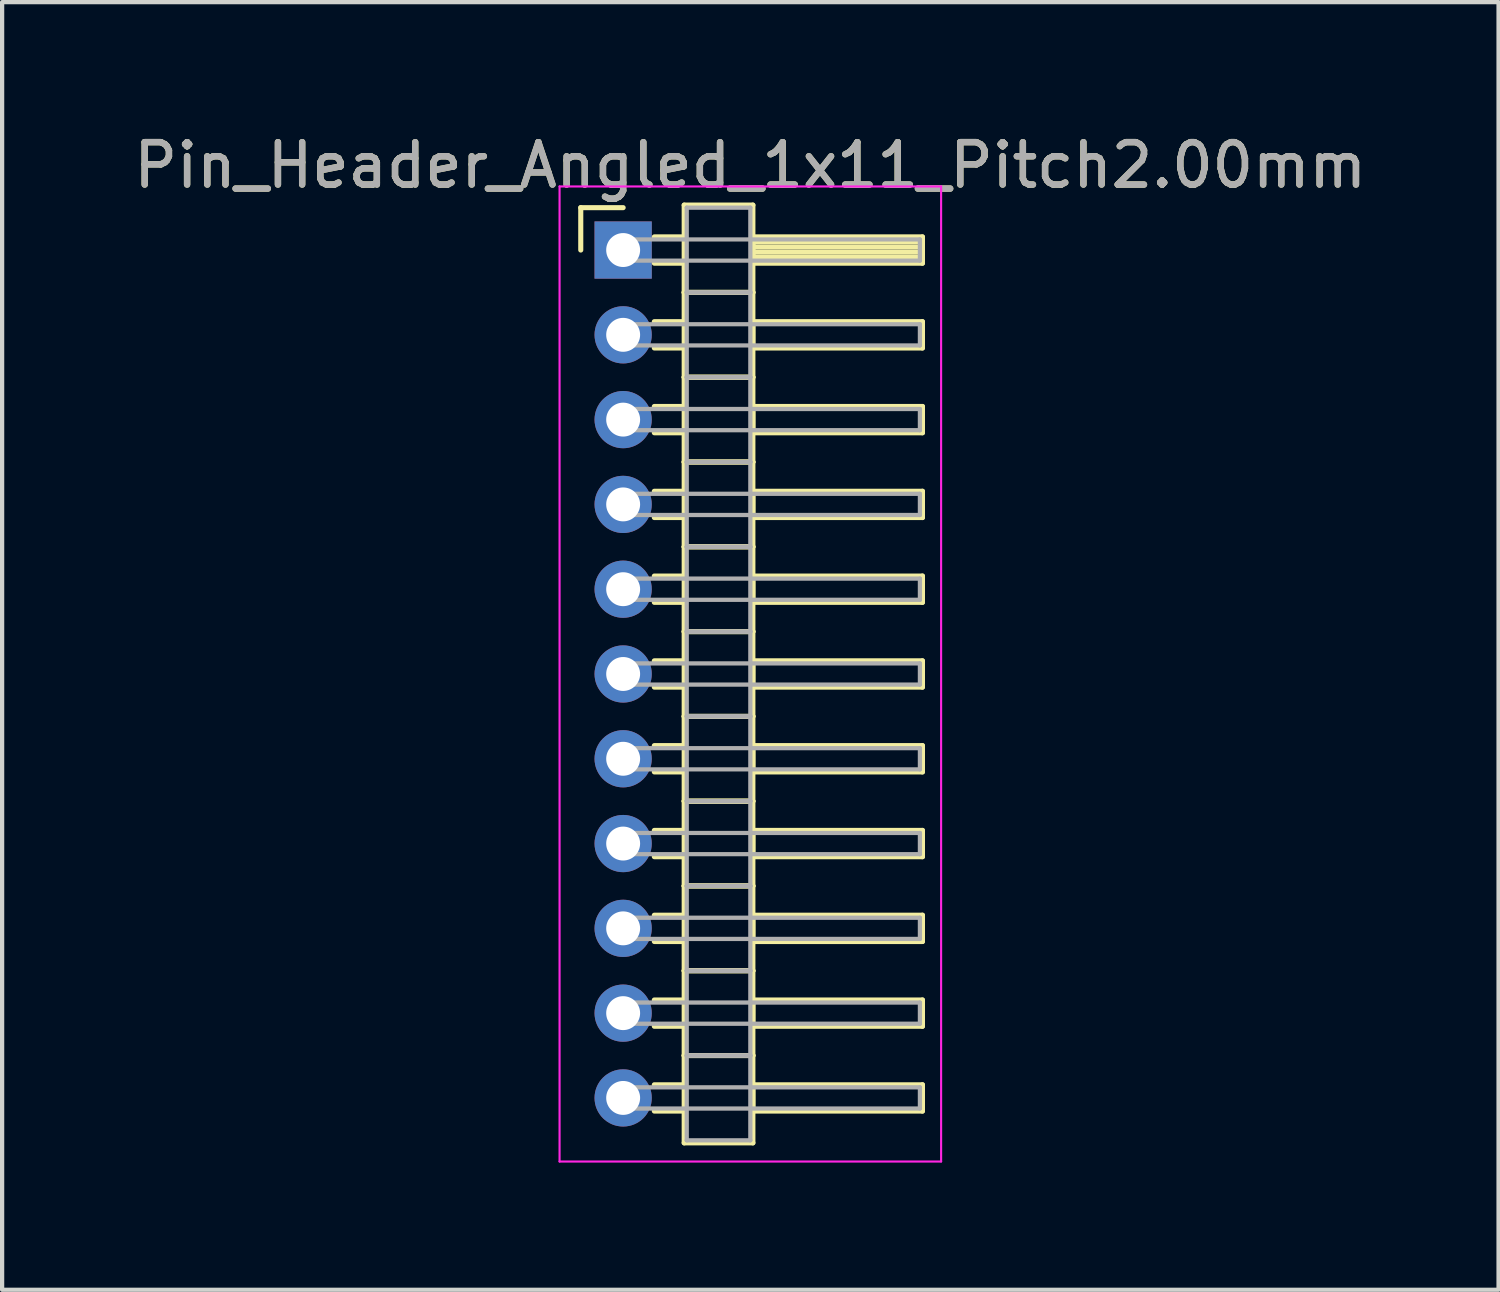
<source format=kicad_pcb>
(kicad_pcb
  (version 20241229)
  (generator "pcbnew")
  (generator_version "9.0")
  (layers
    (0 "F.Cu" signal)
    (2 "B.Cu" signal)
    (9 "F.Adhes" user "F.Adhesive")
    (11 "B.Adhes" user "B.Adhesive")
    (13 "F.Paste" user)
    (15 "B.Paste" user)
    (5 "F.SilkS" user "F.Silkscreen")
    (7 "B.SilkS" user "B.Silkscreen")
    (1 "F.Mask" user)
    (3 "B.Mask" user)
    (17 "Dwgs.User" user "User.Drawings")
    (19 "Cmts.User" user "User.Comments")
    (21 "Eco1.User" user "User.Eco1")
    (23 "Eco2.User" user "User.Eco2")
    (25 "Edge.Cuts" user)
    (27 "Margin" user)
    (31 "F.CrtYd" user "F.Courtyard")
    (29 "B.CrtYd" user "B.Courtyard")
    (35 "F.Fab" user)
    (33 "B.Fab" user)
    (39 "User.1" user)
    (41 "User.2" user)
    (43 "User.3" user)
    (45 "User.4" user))
  (footprint "Pin_Header_Angled_1x11_Pitch2.00mm"
    (layer "F.Cu")
    (at 11.649 2.848)
    (property "Reference" "Pin_Header_Angled_1x11_Pitch2.00mm" (at 3 -2 0) (layer "F.SilkS") (effects (font (size 1 1) (thickness 0.15))))
    (attr through_hole)
    (fp_line (start -1 -1) (end 0 -1) (stroke (width 0.12) (type solid)) (layer "F.SilkS"))
    (fp_line (start -1 0) (end -1 -1) (stroke (width 0.12) (type solid)) (layer "F.SilkS"))
    (fp_line (start 0.735 -0.31) (end 1.44 -0.31) (stroke (width 0.12) (type solid)) (layer "F.SilkS"))
    (fp_line (start 0.735 0.31) (end 1.44 0.31) (stroke (width 0.12) (type solid)) (layer "F.SilkS"))
    (fp_line (start 0.735 1.69) (end 1.44 1.69) (stroke (width 0.12) (type solid)) (layer "F.SilkS"))
    (fp_line (start 0.735 2.31) (end 1.44 2.31) (stroke (width 0.12) (type solid)) (layer "F.SilkS"))
    (fp_line (start 0.735 3.69) (end 1.44 3.69) (stroke (width 0.12) (type solid)) (layer "F.SilkS"))
    (fp_line (start 0.735 4.31) (end 1.44 4.31) (stroke (width 0.12) (type solid)) (layer "F.SilkS"))
    (fp_line (start 0.735 5.69) (end 1.44 5.69) (stroke (width 0.12) (type solid)) (layer "F.SilkS"))
    (fp_line (start 0.735 6.31) (end 1.44 6.31) (stroke (width 0.12) (type solid)) (layer "F.SilkS"))
    (fp_line (start 0.735 7.69) (end 1.44 7.69) (stroke (width 0.12) (type solid)) (layer "F.SilkS"))
    (fp_line (start 0.735 8.31) (end 1.44 8.31) (stroke (width 0.12) (type solid)) (layer "F.SilkS"))
    (fp_line (start 0.735 9.69) (end 1.44 9.69) (stroke (width 0.12) (type solid)) (layer "F.SilkS"))
    (fp_line (start 0.735 10.31) (end 1.44 10.31) (stroke (width 0.12) (type solid)) (layer "F.SilkS"))
    (fp_line (start 0.735 11.69) (end 1.44 11.69) (stroke (width 0.12) (type solid)) (layer "F.SilkS"))
    (fp_line (start 0.735 12.31) (end 1.44 12.31) (stroke (width 0.12) (type solid)) (layer "F.SilkS"))
    (fp_line (start 0.735 13.69) (end 1.44 13.69) (stroke (width 0.12) (type solid)) (layer "F.SilkS"))
    (fp_line (start 0.735 14.31) (end 1.44 14.31) (stroke (width 0.12) (type solid)) (layer "F.SilkS"))
    (fp_line (start 0.735 15.69) (end 1.44 15.69) (stroke (width 0.12) (type solid)) (layer "F.SilkS"))
    (fp_line (start 0.735 16.31) (end 1.44 16.31) (stroke (width 0.12) (type solid)) (layer "F.SilkS"))
    (fp_line (start 0.735 17.69) (end 1.44 17.69) (stroke (width 0.12) (type solid)) (layer "F.SilkS"))
    (fp_line (start 0.735 18.31) (end 1.44 18.31) (stroke (width 0.12) (type solid)) (layer "F.SilkS"))
    (fp_line (start 0.735 19.69) (end 1.44 19.69) (stroke (width 0.12) (type solid)) (layer "F.SilkS"))
    (fp_line (start 0.735 20.31) (end 1.44 20.31) (stroke (width 0.12) (type solid)) (layer "F.SilkS"))
    (fp_line (start 1.44 -1.06) (end 1.44 1) (stroke (width 0.12) (type solid)) (layer "F.SilkS"))
    (fp_line (start 1.44 1) (end 1.44 3) (stroke (width 0.12) (type solid)) (layer "F.SilkS"))
    (fp_line (start 1.44 1) (end 3.06 1) (stroke (width 0.12) (type solid)) (layer "F.SilkS"))
    (fp_line (start 1.44 3) (end 1.44 5) (stroke (width 0.12) (type solid)) (layer "F.SilkS"))
    (fp_line (start 1.44 3) (end 3.06 3) (stroke (width 0.12) (type solid)) (layer "F.SilkS"))
    (fp_line (start 1.44 5) (end 1.44 7) (stroke (width 0.12) (type solid)) (layer "F.SilkS"))
    (fp_line (start 1.44 5) (end 3.06 5) (stroke (width 0.12) (type solid)) (layer "F.SilkS"))
    (fp_line (start 1.44 7) (end 1.44 9) (stroke (width 0.12) (type solid)) (layer "F.SilkS"))
    (fp_line (start 1.44 7) (end 3.06 7) (stroke (width 0.12) (type solid)) (layer "F.SilkS"))
    (fp_line (start 1.44 9) (end 1.44 11) (stroke (width 0.12) (type solid)) (layer "F.SilkS"))
    (fp_line (start 1.44 9) (end 3.06 9) (stroke (width 0.12) (type solid)) (layer "F.SilkS"))
    (fp_line (start 1.44 11) (end 1.44 13) (stroke (width 0.12) (type solid)) (layer "F.SilkS"))
    (fp_line (start 1.44 11) (end 3.06 11) (stroke (width 0.12) (type solid)) (layer "F.SilkS"))
    (fp_line (start 1.44 13) (end 1.44 15) (stroke (width 0.12) (type solid)) (layer "F.SilkS"))
    (fp_line (start 1.44 13) (end 3.06 13) (stroke (width 0.12) (type solid)) (layer "F.SilkS"))
    (fp_line (start 1.44 15) (end 1.44 17) (stroke (width 0.12) (type solid)) (layer "F.SilkS"))
    (fp_line (start 1.44 15) (end 3.06 15) (stroke (width 0.12) (type solid)) (layer "F.SilkS"))
    (fp_line (start 1.44 17) (end 1.44 19) (stroke (width 0.12) (type solid)) (layer "F.SilkS"))
    (fp_line (start 1.44 17) (end 3.06 17) (stroke (width 0.12) (type solid)) (layer "F.SilkS"))
    (fp_line (start 1.44 19) (end 1.44 21.06) (stroke (width 0.12) (type solid)) (layer "F.SilkS"))
    (fp_line (start 1.44 19) (end 3.06 19) (stroke (width 0.12) (type solid)) (layer "F.SilkS"))
    (fp_line (start 1.44 21.06) (end 3.06 21.06) (stroke (width 0.12) (type solid)) (layer "F.SilkS"))
    (fp_line (start 3.06 -1.06) (end 1.44 -1.06) (stroke (width 0.12) (type solid)) (layer "F.SilkS"))
    (fp_line (start 3.06 -0.31) (end 3.06 0.31) (stroke (width 0.12) (type solid)) (layer "F.SilkS"))
    (fp_line (start 3.06 -0.19) (end 7.06 -0.19) (stroke (width 0.12) (type solid)) (layer "F.SilkS"))
    (fp_line (start 3.06 -0.07) (end 7.06 -0.07) (stroke (width 0.12) (type solid)) (layer "F.SilkS"))
    (fp_line (start 3.06 0.05) (end 7.06 0.05) (stroke (width 0.12) (type solid)) (layer "F.SilkS"))
    (fp_line (start 3.06 0.17) (end 7.06 0.17) (stroke (width 0.12) (type solid)) (layer "F.SilkS"))
    (fp_line (start 3.06 0.29) (end 7.06 0.29) (stroke (width 0.12) (type solid)) (layer "F.SilkS"))
    (fp_line (start 3.06 0.31) (end 7.06 0.31) (stroke (width 0.12) (type solid)) (layer "F.SilkS"))
    (fp_line (start 3.06 1) (end 1.44 1) (stroke (width 0.12) (type solid)) (layer "F.SilkS"))
    (fp_line (start 3.06 1) (end 3.06 -1.06) (stroke (width 0.12) (type solid)) (layer "F.SilkS"))
    (fp_line (start 3.06 1.69) (end 3.06 2.31) (stroke (width 0.12) (type solid)) (layer "F.SilkS"))
    (fp_line (start 3.06 2.31) (end 7.06 2.31) (stroke (width 0.12) (type solid)) (layer "F.SilkS"))
    (fp_line (start 3.06 3) (end 1.44 3) (stroke (width 0.12) (type solid)) (layer "F.SilkS"))
    (fp_line (start 3.06 3) (end 3.06 1) (stroke (width 0.12) (type solid)) (layer "F.SilkS"))
    (fp_line (start 3.06 3.69) (end 3.06 4.31) (stroke (width 0.12) (type solid)) (layer "F.SilkS"))
    (fp_line (start 3.06 4.31) (end 7.06 4.31) (stroke (width 0.12) (type solid)) (layer "F.SilkS"))
    (fp_line (start 3.06 5) (end 1.44 5) (stroke (width 0.12) (type solid)) (layer "F.SilkS"))
    (fp_line (start 3.06 5) (end 3.06 3) (stroke (width 0.12) (type solid)) (layer "F.SilkS"))
    (fp_line (start 3.06 5.69) (end 3.06 6.31) (stroke (width 0.12) (type solid)) (layer "F.SilkS"))
    (fp_line (start 3.06 6.31) (end 7.06 6.31) (stroke (width 0.12) (type solid)) (layer "F.SilkS"))
    (fp_line (start 3.06 7) (end 1.44 7) (stroke (width 0.12) (type solid)) (layer "F.SilkS"))
    (fp_line (start 3.06 7) (end 3.06 5) (stroke (width 0.12) (type solid)) (layer "F.SilkS"))
    (fp_line (start 3.06 7.69) (end 3.06 8.31) (stroke (width 0.12) (type solid)) (layer "F.SilkS"))
    (fp_line (start 3.06 8.31) (end 7.06 8.31) (stroke (width 0.12) (type solid)) (layer "F.SilkS"))
    (fp_line (start 3.06 9) (end 1.44 9) (stroke (width 0.12) (type solid)) (layer "F.SilkS"))
    (fp_line (start 3.06 9) (end 3.06 7) (stroke (width 0.12) (type solid)) (layer "F.SilkS"))
    (fp_line (start 3.06 9.69) (end 3.06 10.31) (stroke (width 0.12) (type solid)) (layer "F.SilkS"))
    (fp_line (start 3.06 10.31) (end 7.06 10.31) (stroke (width 0.12) (type solid)) (layer "F.SilkS"))
    (fp_line (start 3.06 11) (end 1.44 11) (stroke (width 0.12) (type solid)) (layer "F.SilkS"))
    (fp_line (start 3.06 11) (end 3.06 9) (stroke (width 0.12) (type solid)) (layer "F.SilkS"))
    (fp_line (start 3.06 11.69) (end 3.06 12.31) (stroke (width 0.12) (type solid)) (layer "F.SilkS"))
    (fp_line (start 3.06 12.31) (end 7.06 12.31) (stroke (width 0.12) (type solid)) (layer "F.SilkS"))
    (fp_line (start 3.06 13) (end 1.44 13) (stroke (width 0.12) (type solid)) (layer "F.SilkS"))
    (fp_line (start 3.06 13) (end 3.06 11) (stroke (width 0.12) (type solid)) (layer "F.SilkS"))
    (fp_line (start 3.06 13.69) (end 3.06 14.31) (stroke (width 0.12) (type solid)) (layer "F.SilkS"))
    (fp_line (start 3.06 14.31) (end 7.06 14.31) (stroke (width 0.12) (type solid)) (layer "F.SilkS"))
    (fp_line (start 3.06 15) (end 1.44 15) (stroke (width 0.12) (type solid)) (layer "F.SilkS"))
    (fp_line (start 3.06 15) (end 3.06 13) (stroke (width 0.12) (type solid)) (layer "F.SilkS"))
    (fp_line (start 3.06 15.69) (end 3.06 16.31) (stroke (width 0.12) (type solid)) (layer "F.SilkS"))
    (fp_line (start 3.06 16.31) (end 7.06 16.31) (stroke (width 0.12) (type solid)) (layer "F.SilkS"))
    (fp_line (start 3.06 17) (end 1.44 17) (stroke (width 0.12) (type solid)) (layer "F.SilkS"))
    (fp_line (start 3.06 17) (end 3.06 15) (stroke (width 0.12) (type solid)) (layer "F.SilkS"))
    (fp_line (start 3.06 17.69) (end 3.06 18.31) (stroke (width 0.12) (type solid)) (layer "F.SilkS"))
    (fp_line (start 3.06 18.31) (end 7.06 18.31) (stroke (width 0.12) (type solid)) (layer "F.SilkS"))
    (fp_line (start 3.06 19) (end 1.44 19) (stroke (width 0.12) (type solid)) (layer "F.SilkS"))
    (fp_line (start 3.06 19) (end 3.06 17) (stroke (width 0.12) (type solid)) (layer "F.SilkS"))
    (fp_line (start 3.06 19.69) (end 3.06 20.31) (stroke (width 0.12) (type solid)) (layer "F.SilkS"))
    (fp_line (start 3.06 20.31) (end 7.06 20.31) (stroke (width 0.12) (type solid)) (layer "F.SilkS"))
    (fp_line (start 3.06 21.06) (end 3.06 19) (stroke (width 0.12) (type solid)) (layer "F.SilkS"))
    (fp_line (start 7.06 -0.31) (end 3.06 -0.31) (stroke (width 0.12) (type solid)) (layer "F.SilkS"))
    (fp_line (start 7.06 0.31) (end 7.06 -0.31) (stroke (width 0.12) (type solid)) (layer "F.SilkS"))
    (fp_line (start 7.06 1.69) (end 3.06 1.69) (stroke (width 0.12) (type solid)) (layer "F.SilkS"))
    (fp_line (start 7.06 2.31) (end 7.06 1.69) (stroke (width 0.12) (type solid)) (layer "F.SilkS"))
    (fp_line (start 7.06 3.69) (end 3.06 3.69) (stroke (width 0.12) (type solid)) (layer "F.SilkS"))
    (fp_line (start 7.06 4.31) (end 7.06 3.69) (stroke (width 0.12) (type solid)) (layer "F.SilkS"))
    (fp_line (start 7.06 5.69) (end 3.06 5.69) (stroke (width 0.12) (type solid)) (layer "F.SilkS"))
    (fp_line (start 7.06 6.31) (end 7.06 5.69) (stroke (width 0.12) (type solid)) (layer "F.SilkS"))
    (fp_line (start 7.06 7.69) (end 3.06 7.69) (stroke (width 0.12) (type solid)) (layer "F.SilkS"))
    (fp_line (start 7.06 8.31) (end 7.06 7.69) (stroke (width 0.12) (type solid)) (layer "F.SilkS"))
    (fp_line (start 7.06 9.69) (end 3.06 9.69) (stroke (width 0.12) (type solid)) (layer "F.SilkS"))
    (fp_line (start 7.06 10.31) (end 7.06 9.69) (stroke (width 0.12) (type solid)) (layer "F.SilkS"))
    (fp_line (start 7.06 11.69) (end 3.06 11.69) (stroke (width 0.12) (type solid)) (layer "F.SilkS"))
    (fp_line (start 7.06 12.31) (end 7.06 11.69) (stroke (width 0.12) (type solid)) (layer "F.SilkS"))
    (fp_line (start 7.06 13.69) (end 3.06 13.69) (stroke (width 0.12) (type solid)) (layer "F.SilkS"))
    (fp_line (start 7.06 14.31) (end 7.06 13.69) (stroke (width 0.12) (type solid)) (layer "F.SilkS"))
    (fp_line (start 7.06 15.69) (end 3.06 15.69) (stroke (width 0.12) (type solid)) (layer "F.SilkS"))
    (fp_line (start 7.06 16.31) (end 7.06 15.69) (stroke (width 0.12) (type solid)) (layer "F.SilkS"))
    (fp_line (start 7.06 17.69) (end 3.06 17.69) (stroke (width 0.12) (type solid)) (layer "F.SilkS"))
    (fp_line (start 7.06 18.31) (end 7.06 17.69) (stroke (width 0.12) (type solid)) (layer "F.SilkS"))
    (fp_line (start 7.06 19.69) (end 3.06 19.69) (stroke (width 0.12) (type solid)) (layer "F.SilkS"))
    (fp_line (start 7.06 20.31) (end 7.06 19.69) (stroke (width 0.12) (type solid)) (layer "F.SilkS"))
    (fp_line (start -1.5 -1.5) (end -1.5 21.5) (stroke (width 0.05) (type solid)) (layer "F.CrtYd"))
    (fp_line (start -1.5 21.5) (end 7.5 21.5) (stroke (width 0.05) (type solid)) (layer "F.CrtYd"))
    (fp_line (start 7.5 -1.5) (end -1.5 -1.5) (stroke (width 0.05) (type solid)) (layer "F.CrtYd"))
    (fp_line (start 7.5 21.5) (end 7.5 -1.5) (stroke (width 0.05) (type solid)) (layer "F.CrtYd"))
    (fp_line (start 0 -0.25) (end 0 0.25) (stroke (width 0.1) (type solid)) (layer "F.Fab"))
    (fp_line (start 0 0.25) (end 7 0.25) (stroke (width 0.1) (type solid)) (layer "F.Fab"))
    (fp_line (start 0 1.75) (end 0 2.25) (stroke (width 0.1) (type solid)) (layer "F.Fab"))
    (fp_line (start 0 2.25) (end 7 2.25) (stroke (width 0.1) (type solid)) (layer "F.Fab"))
    (fp_line (start 0 3.75) (end 0 4.25) (stroke (width 0.1) (type solid)) (layer "F.Fab"))
    (fp_line (start 0 4.25) (end 7 4.25) (stroke (width 0.1) (type solid)) (layer "F.Fab"))
    (fp_line (start 0 5.75) (end 0 6.25) (stroke (width 0.1) (type solid)) (layer "F.Fab"))
    (fp_line (start 0 6.25) (end 7 6.25) (stroke (width 0.1) (type solid)) (layer "F.Fab"))
    (fp_line (start 0 7.75) (end 0 8.25) (stroke (width 0.1) (type solid)) (layer "F.Fab"))
    (fp_line (start 0 8.25) (end 7 8.25) (stroke (width 0.1) (type solid)) (layer "F.Fab"))
    (fp_line (start 0 9.75) (end 0 10.25) (stroke (width 0.1) (type solid)) (layer "F.Fab"))
    (fp_line (start 0 10.25) (end 7 10.25) (stroke (width 0.1) (type solid)) (layer "F.Fab"))
    (fp_line (start 0 11.75) (end 0 12.25) (stroke (width 0.1) (type solid)) (layer "F.Fab"))
    (fp_line (start 0 12.25) (end 7 12.25) (stroke (width 0.1) (type solid)) (layer "F.Fab"))
    (fp_line (start 0 13.75) (end 0 14.25) (stroke (width 0.1) (type solid)) (layer "F.Fab"))
    (fp_line (start 0 14.25) (end 7 14.25) (stroke (width 0.1) (type solid)) (layer "F.Fab"))
    (fp_line (start 0 15.75) (end 0 16.25) (stroke (width 0.1) (type solid)) (layer "F.Fab"))
    (fp_line (start 0 16.25) (end 7 16.25) (stroke (width 0.1) (type solid)) (layer "F.Fab"))
    (fp_line (start 0 17.75) (end 0 18.25) (stroke (width 0.1) (type solid)) (layer "F.Fab"))
    (fp_line (start 0 18.25) (end 7 18.25) (stroke (width 0.1) (type solid)) (layer "F.Fab"))
    (fp_line (start 0 19.75) (end 0 20.25) (stroke (width 0.1) (type solid)) (layer "F.Fab"))
    (fp_line (start 0 20.25) (end 7 20.25) (stroke (width 0.1) (type solid)) (layer "F.Fab"))
    (fp_line (start 1.5 -1) (end 1.5 1) (stroke (width 0.1) (type solid)) (layer "F.Fab"))
    (fp_line (start 1.5 1) (end 1.5 3) (stroke (width 0.1) (type solid)) (layer "F.Fab"))
    (fp_line (start 1.5 1) (end 3 1) (stroke (width 0.1) (type solid)) (layer "F.Fab"))
    (fp_line (start 1.5 3) (end 1.5 5) (stroke (width 0.1) (type solid)) (layer "F.Fab"))
    (fp_line (start 1.5 3) (end 3 3) (stroke (width 0.1) (type solid)) (layer "F.Fab"))
    (fp_line (start 1.5 5) (end 1.5 7) (stroke (width 0.1) (type solid)) (layer "F.Fab"))
    (fp_line (start 1.5 5) (end 3 5) (stroke (width 0.1) (type solid)) (layer "F.Fab"))
    (fp_line (start 1.5 7) (end 1.5 9) (stroke (width 0.1) (type solid)) (layer "F.Fab"))
    (fp_line (start 1.5 7) (end 3 7) (stroke (width 0.1) (type solid)) (layer "F.Fab"))
    (fp_line (start 1.5 9) (end 1.5 11) (stroke (width 0.1) (type solid)) (layer "F.Fab"))
    (fp_line (start 1.5 9) (end 3 9) (stroke (width 0.1) (type solid)) (layer "F.Fab"))
    (fp_line (start 1.5 11) (end 1.5 13) (stroke (width 0.1) (type solid)) (layer "F.Fab"))
    (fp_line (start 1.5 11) (end 3 11) (stroke (width 0.1) (type solid)) (layer "F.Fab"))
    (fp_line (start 1.5 13) (end 1.5 15) (stroke (width 0.1) (type solid)) (layer "F.Fab"))
    (fp_line (start 1.5 13) (end 3 13) (stroke (width 0.1) (type solid)) (layer "F.Fab"))
    (fp_line (start 1.5 15) (end 1.5 17) (stroke (width 0.1) (type solid)) (layer "F.Fab"))
    (fp_line (start 1.5 15) (end 3 15) (stroke (width 0.1) (type solid)) (layer "F.Fab"))
    (fp_line (start 1.5 17) (end 1.5 19) (stroke (width 0.1) (type solid)) (layer "F.Fab"))
    (fp_line (start 1.5 17) (end 3 17) (stroke (width 0.1) (type solid)) (layer "F.Fab"))
    (fp_line (start 1.5 19) (end 1.5 21) (stroke (width 0.1) (type solid)) (layer "F.Fab"))
    (fp_line (start 1.5 19) (end 3 19) (stroke (width 0.1) (type solid)) (layer "F.Fab"))
    (fp_line (start 1.5 21) (end 3 21) (stroke (width 0.1) (type solid)) (layer "F.Fab"))
    (fp_line (start 3 -1) (end 1.5 -1) (stroke (width 0.1) (type solid)) (layer "F.Fab"))
    (fp_line (start 3 1) (end 1.5 1) (stroke (width 0.1) (type solid)) (layer "F.Fab"))
    (fp_line (start 3 1) (end 3 -1) (stroke (width 0.1) (type solid)) (layer "F.Fab"))
    (fp_line (start 3 3) (end 1.5 3) (stroke (width 0.1) (type solid)) (layer "F.Fab"))
    (fp_line (start 3 3) (end 3 1) (stroke (width 0.1) (type solid)) (layer "F.Fab"))
    (fp_line (start 3 5) (end 1.5 5) (stroke (width 0.1) (type solid)) (layer "F.Fab"))
    (fp_line (start 3 5) (end 3 3) (stroke (width 0.1) (type solid)) (layer "F.Fab"))
    (fp_line (start 3 7) (end 1.5 7) (stroke (width 0.1) (type solid)) (layer "F.Fab"))
    (fp_line (start 3 7) (end 3 5) (stroke (width 0.1) (type solid)) (layer "F.Fab"))
    (fp_line (start 3 9) (end 1.5 9) (stroke (width 0.1) (type solid)) (layer "F.Fab"))
    (fp_line (start 3 9) (end 3 7) (stroke (width 0.1) (type solid)) (layer "F.Fab"))
    (fp_line (start 3 11) (end 1.5 11) (stroke (width 0.1) (type solid)) (layer "F.Fab"))
    (fp_line (start 3 11) (end 3 9) (stroke (width 0.1) (type solid)) (layer "F.Fab"))
    (fp_line (start 3 13) (end 1.5 13) (stroke (width 0.1) (type solid)) (layer "F.Fab"))
    (fp_line (start 3 13) (end 3 11) (stroke (width 0.1) (type solid)) (layer "F.Fab"))
    (fp_line (start 3 15) (end 1.5 15) (stroke (width 0.1) (type solid)) (layer "F.Fab"))
    (fp_line (start 3 15) (end 3 13) (stroke (width 0.1) (type solid)) (layer "F.Fab"))
    (fp_line (start 3 17) (end 1.5 17) (stroke (width 0.1) (type solid)) (layer "F.Fab"))
    (fp_line (start 3 17) (end 3 15) (stroke (width 0.1) (type solid)) (layer "F.Fab"))
    (fp_line (start 3 19) (end 1.5 19) (stroke (width 0.1) (type solid)) (layer "F.Fab"))
    (fp_line (start 3 19) (end 3 17) (stroke (width 0.1) (type solid)) (layer "F.Fab"))
    (fp_line (start 3 21) (end 3 19) (stroke (width 0.1) (type solid)) (layer "F.Fab"))
    (fp_line (start 7 -0.25) (end 0 -0.25) (stroke (width 0.1) (type solid)) (layer "F.Fab"))
    (fp_line (start 7 0.25) (end 7 -0.25) (stroke (width 0.1) (type solid)) (layer "F.Fab"))
    (fp_line (start 7 1.75) (end 0 1.75) (stroke (width 0.1) (type solid)) (layer "F.Fab"))
    (fp_line (start 7 2.25) (end 7 1.75) (stroke (width 0.1) (type solid)) (layer "F.Fab"))
    (fp_line (start 7 3.75) (end 0 3.75) (stroke (width 0.1) (type solid)) (layer "F.Fab"))
    (fp_line (start 7 4.25) (end 7 3.75) (stroke (width 0.1) (type solid)) (layer "F.Fab"))
    (fp_line (start 7 5.75) (end 0 5.75) (stroke (width 0.1) (type solid)) (layer "F.Fab"))
    (fp_line (start 7 6.25) (end 7 5.75) (stroke (width 0.1) (type solid)) (layer "F.Fab"))
    (fp_line (start 7 7.75) (end 0 7.75) (stroke (width 0.1) (type solid)) (layer "F.Fab"))
    (fp_line (start 7 8.25) (end 7 7.75) (stroke (width 0.1) (type solid)) (layer "F.Fab"))
    (fp_line (start 7 9.75) (end 0 9.75) (stroke (width 0.1) (type solid)) (layer "F.Fab"))
    (fp_line (start 7 10.25) (end 7 9.75) (stroke (width 0.1) (type solid)) (layer "F.Fab"))
    (fp_line (start 7 11.75) (end 0 11.75) (stroke (width 0.1) (type solid)) (layer "F.Fab"))
    (fp_line (start 7 12.25) (end 7 11.75) (stroke (width 0.1) (type solid)) (layer "F.Fab"))
    (fp_line (start 7 13.75) (end 0 13.75) (stroke (width 0.1) (type solid)) (layer "F.Fab"))
    (fp_line (start 7 14.25) (end 7 13.75) (stroke (width 0.1) (type solid)) (layer "F.Fab"))
    (fp_line (start 7 15.75) (end 0 15.75) (stroke (width 0.1) (type solid)) (layer "F.Fab"))
    (fp_line (start 7 16.25) (end 7 15.75) (stroke (width 0.1) (type solid)) (layer "F.Fab"))
    (fp_line (start 7 17.75) (end 0 17.75) (stroke (width 0.1) (type solid)) (layer "F.Fab"))
    (fp_line (start 7 18.25) (end 7 17.75) (stroke (width 0.1) (type solid)) (layer "F.Fab"))
    (fp_line (start 7 19.75) (end 0 19.75) (stroke (width 0.1) (type solid)) (layer "F.Fab"))
    (fp_line (start 7 20.25) (end 7 19.75) (stroke (width 0.1) (type solid)) (layer "F.Fab"))
    (fp_text user "${REFERENCE}" (at 3 -2 0) (layer "F.Fab") (effects (font (size 1 1) (thickness 0.15))))
    (pad "1" thru_hole rect (at 0 0) (size 1.35 1.35) (drill 0.8) (layers "*.Cu" "*.Mask"))
    (pad "2" thru_hole oval (at 0 2) (size 1.35 1.35) (drill 0.8) (layers "*.Cu" "*.Mask"))
    (pad "3" thru_hole oval (at 0 4) (size 1.35 1.35) (drill 0.8) (layers "*.Cu" "*.Mask"))
    (pad "4" thru_hole oval (at 0 6) (size 1.35 1.35) (drill 0.8) (layers "*.Cu" "*.Mask"))
    (pad "5" thru_hole oval (at 0 8) (size 1.35 1.35) (drill 0.8) (layers "*.Cu" "*.Mask"))
    (pad "6" thru_hole oval (at 0 10) (size 1.35 1.35) (drill 0.8) (layers "*.Cu" "*.Mask"))
    (pad "7" thru_hole oval (at 0 12) (size 1.35 1.35) (drill 0.8) (layers "*.Cu" "*.Mask"))
    (pad "8" thru_hole oval (at 0 14) (size 1.35 1.35) (drill 0.8) (layers "*.Cu" "*.Mask"))
    (pad "9" thru_hole oval (at 0 16) (size 1.35 1.35) (drill 0.8) (layers "*.Cu" "*.Mask"))
    (pad "10" thru_hole oval (at 0 18) (size 1.35 1.35) (drill 0.8) (layers "*.Cu" "*.Mask"))
    (pad "11" thru_hole oval (at 0 20) (size 1.35 1.35) (drill 0.8) (layers "*.Cu" "*.Mask")))
  (gr_rect
    (start -3 -3)
    (end 32.298 27.373)
    (stroke (width 0.1) (type default))
    (fill no)
    (layer "Edge.Cuts")))
</source>
